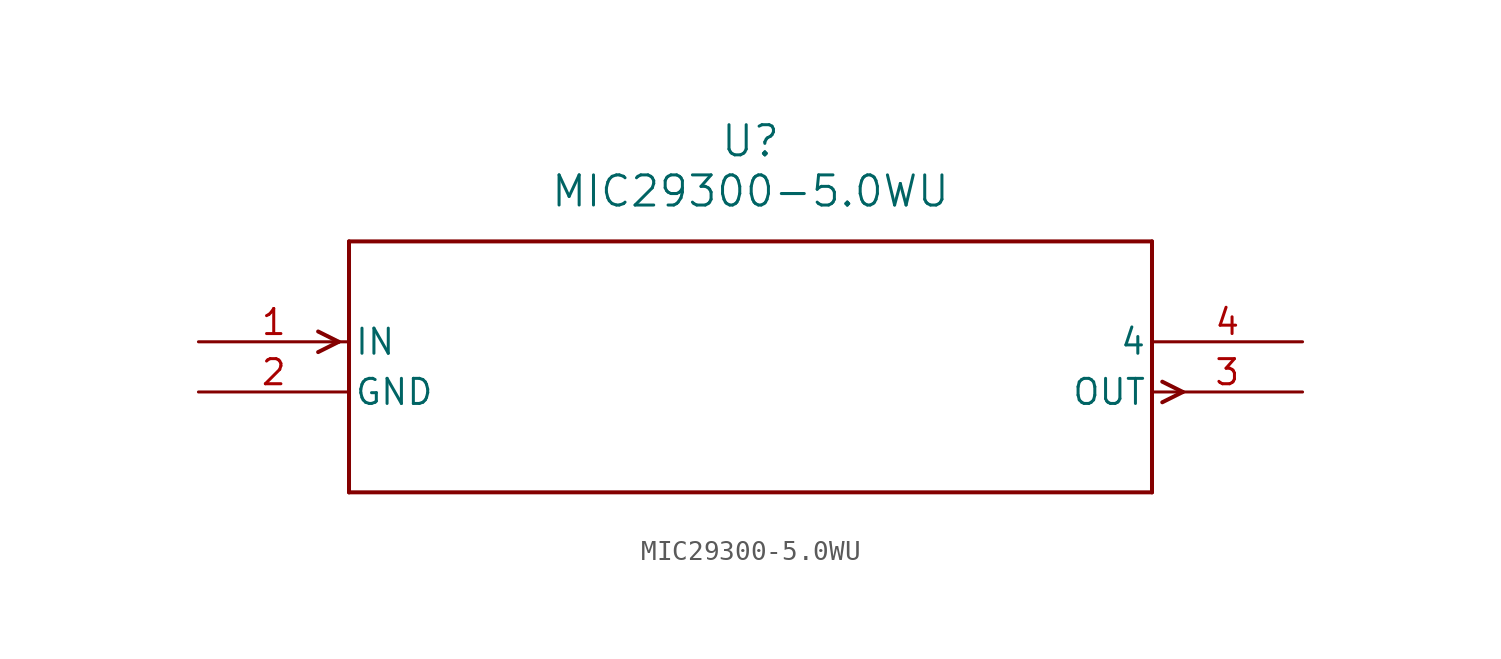
<source format=kicad_sym>
(kicad_symbol_lib
  (version 20231120)
  (generator "kicad_symbol_editor")
  (generator_version "8.0")
  (symbol "MIC29300-5.0WU"
    (pin_names
      (offset 0.254))
    (property "Reference" "U"
      (at 27.94 10.16 0)
      (effects (font (size 1.524 1.524))))
    (property "Value" "MIC29300-5.0WU"
      (at 27.94 7.62 0)
      (effects (font (size 1.524 1.524))))
    (property "ki_locked" ""
      (at 0 0 0)
      (effects (font (size 1.27 1.27))))
    (symbol "MIC29300-5.0WU_0_1"
      (polyline (pts (xy 7.099 0) (xy 6.058 -0.521)) (stroke (width 0.203) (type default)) (fill (type none)))
      (polyline (pts (xy 7.099 0) (xy 6.058 0.521)) (stroke (width 0.203) (type default)) (fill (type none)))
      (polyline (pts (xy 7.62 -7.62) (xy 48.26 -7.62)) (stroke (width 0.203) (type default)) (fill (type none)))
      (polyline (pts (xy 7.62 5.08) (xy 7.62 -7.62)) (stroke (width 0.203) (type default)) (fill (type none)))
      (polyline (pts (xy 48.26 -7.62) (xy 48.26 5.08)) (stroke (width 0.203) (type default)) (fill (type none)))
      (polyline (pts (xy 48.26 5.08) (xy 7.62 5.08)) (stroke (width 0.203) (type default)) (fill (type none)))
      (polyline (pts (xy 48.781 -3.061) (xy 49.822 -2.54)) (stroke (width 0.203) (type default)) (fill (type none)))
      (polyline (pts (xy 48.781 -2.019) (xy 49.822 -2.54)) (stroke (width 0.203) (type default)) (fill (type none)))
      (pin input line (at 0 0 0) (length 7.62) (name "IN" (effects (font (size 1.27 1.27)))) (number "1" (effects (font (size 1.27 1.27)))))
      (pin power_in line (at 0 -2.54 0) (length 7.62) (name "GND" (effects (font (size 1.27 1.27)))) (number "2" (effects (font (size 1.27 1.27)))))
      (pin output line (at 55.88 -2.54 180) (length 7.62) (name "OUT" (effects (font (size 1.27 1.27)))) (number "3" (effects (font (size 1.27 1.27)))))
      (pin unspecified line (at 55.88 0 180) (length 7.62) (name "4" (effects (font (size 1.27 1.27)))) (number "4" (effects (font (size 1.27 1.27))))))))
</source>
